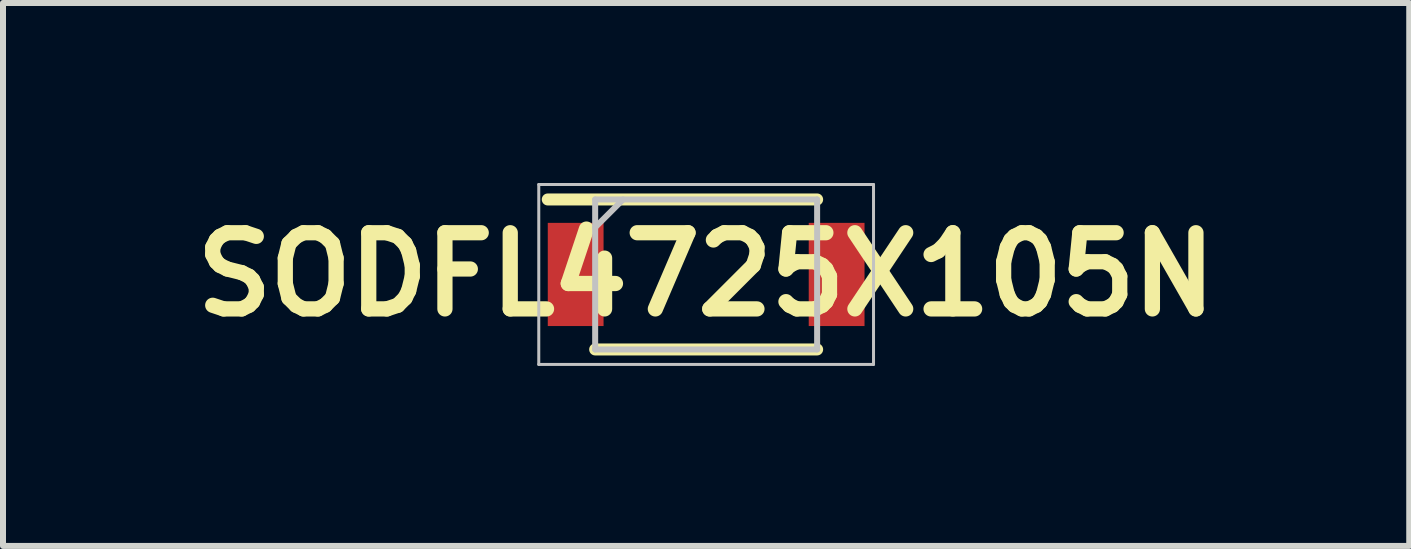
<source format=kicad_pcb>
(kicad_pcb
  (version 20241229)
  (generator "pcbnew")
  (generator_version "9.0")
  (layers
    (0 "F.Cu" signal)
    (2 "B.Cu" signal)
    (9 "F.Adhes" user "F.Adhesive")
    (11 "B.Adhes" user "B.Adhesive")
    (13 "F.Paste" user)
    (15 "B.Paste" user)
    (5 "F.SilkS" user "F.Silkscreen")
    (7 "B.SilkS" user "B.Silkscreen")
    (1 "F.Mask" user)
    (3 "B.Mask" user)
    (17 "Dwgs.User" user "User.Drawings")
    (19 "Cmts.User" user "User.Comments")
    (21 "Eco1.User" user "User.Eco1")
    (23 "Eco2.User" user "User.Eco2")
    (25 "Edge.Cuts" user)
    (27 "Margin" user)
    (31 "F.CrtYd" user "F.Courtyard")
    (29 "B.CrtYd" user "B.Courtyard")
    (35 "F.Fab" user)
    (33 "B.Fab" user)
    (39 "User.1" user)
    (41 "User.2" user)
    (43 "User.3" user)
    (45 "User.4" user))
  (footprint "SODFL4725X105N"
    (layer "F.Cu")
    (at 8.721 1.525)
    (property "Reference" "SODFL4725X105N" (at 0 0 0) (layer "F.SilkS") (effects (font (size 1.27 1.27) (thickness 0.254))))
    (attr smd)
    (fp_line (start -2.64 -1.25) (end 1.85 -1.25) (stroke (width 0.2) (type solid)) (layer "F.SilkS"))
    (fp_line (start -1.85 1.25) (end 1.85 1.25) (stroke (width 0.2) (type solid)) (layer "F.SilkS"))
    (fp_line (start -2.79 -1.5) (end 2.79 -1.5) (stroke (width 0.05) (type solid)) (layer "Dwgs.User"))
    (fp_line (start -2.79 1.5) (end -2.79 -1.5) (stroke (width 0.05) (type solid)) (layer "Dwgs.User"))
    (fp_line (start -1.85 -1.25) (end 1.85 -1.25) (stroke (width 0.1) (type solid)) (layer "Dwgs.User"))
    (fp_line (start -1.85 -0.785) (end -1.385 -1.25) (stroke (width 0.1) (type solid)) (layer "Dwgs.User"))
    (fp_line (start -1.85 1.25) (end -1.85 -1.25) (stroke (width 0.1) (type solid)) (layer "Dwgs.User"))
    (fp_line (start 1.85 -1.25) (end 1.85 1.25) (stroke (width 0.1) (type solid)) (layer "Dwgs.User"))
    (fp_line (start 1.85 1.25) (end -1.85 1.25) (stroke (width 0.1) (type solid)) (layer "Dwgs.User"))
    (fp_line (start 2.79 -1.5) (end 2.79 1.5) (stroke (width 0.05) (type solid)) (layer "Dwgs.User"))
    (fp_line (start 2.79 1.5) (end -2.79 1.5) (stroke (width 0.05) (type solid)) (layer "Dwgs.User"))
    (pad "1" smd rect (at -2.175 0) (size 0.93 1.72) (layers "F.Cu" "F.Mask" "F.Paste"))
    (pad "2" smd rect (at 2.175 0) (size 0.93 1.72) (layers "F.Cu" "F.Mask" "F.Paste")))
  (gr_rect
    (start -3 -3)
    (end 20.441 6.05)
    (stroke (width 0.1) (type default))
    (fill no)
    (layer "Edge.Cuts")))
</source>
